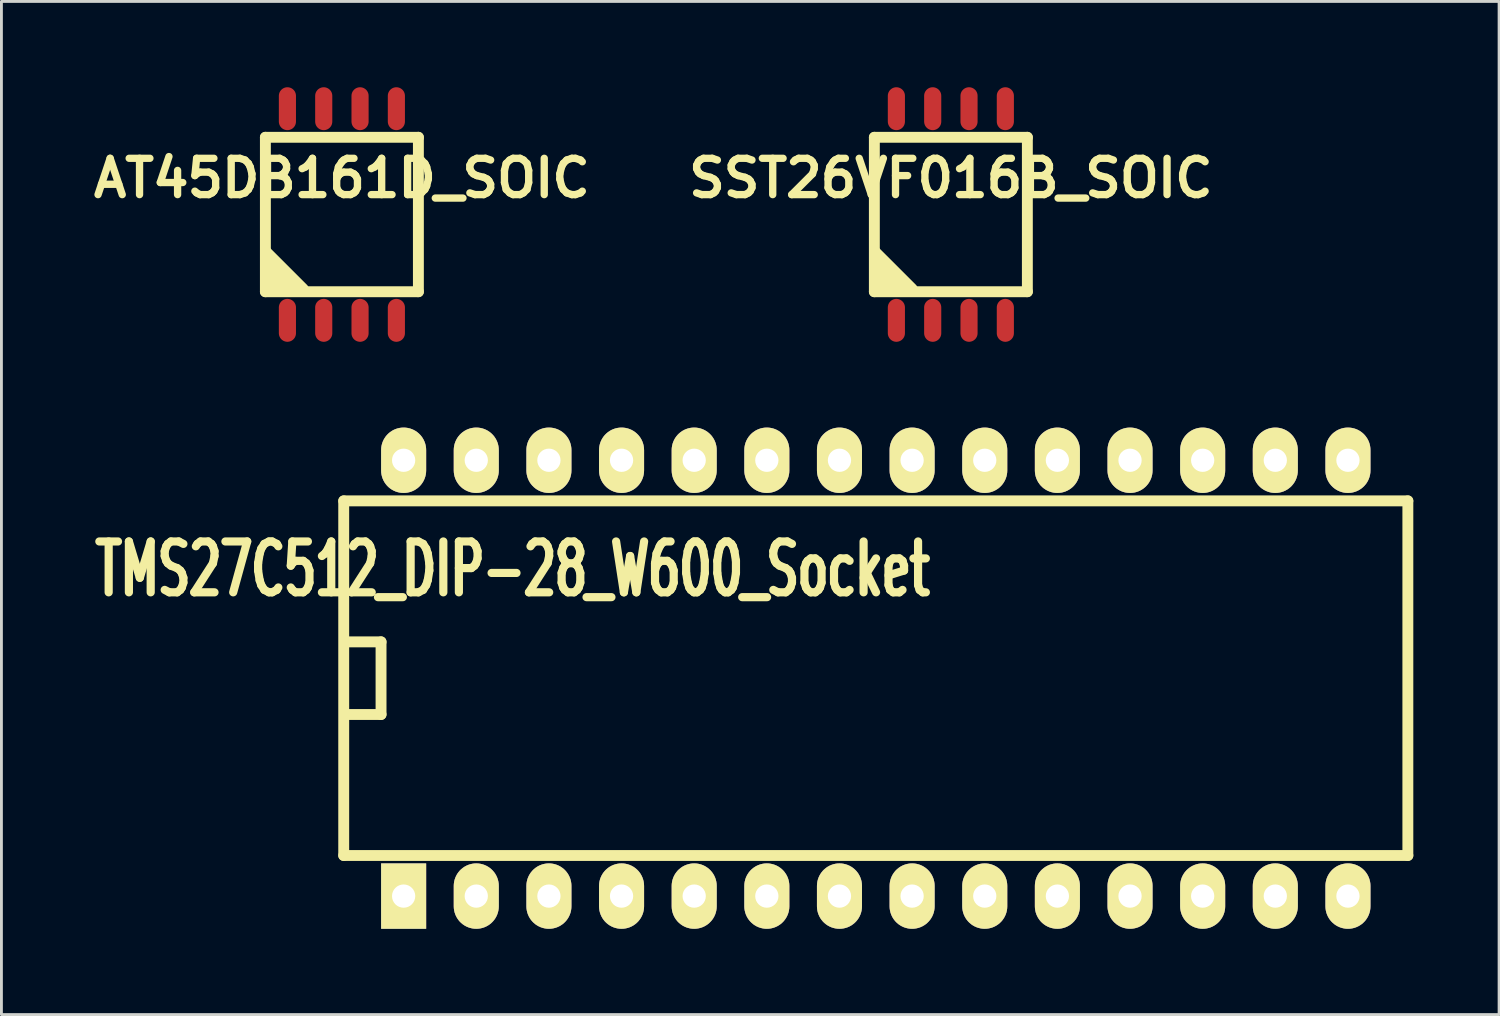
<source format=kicad_pcb>
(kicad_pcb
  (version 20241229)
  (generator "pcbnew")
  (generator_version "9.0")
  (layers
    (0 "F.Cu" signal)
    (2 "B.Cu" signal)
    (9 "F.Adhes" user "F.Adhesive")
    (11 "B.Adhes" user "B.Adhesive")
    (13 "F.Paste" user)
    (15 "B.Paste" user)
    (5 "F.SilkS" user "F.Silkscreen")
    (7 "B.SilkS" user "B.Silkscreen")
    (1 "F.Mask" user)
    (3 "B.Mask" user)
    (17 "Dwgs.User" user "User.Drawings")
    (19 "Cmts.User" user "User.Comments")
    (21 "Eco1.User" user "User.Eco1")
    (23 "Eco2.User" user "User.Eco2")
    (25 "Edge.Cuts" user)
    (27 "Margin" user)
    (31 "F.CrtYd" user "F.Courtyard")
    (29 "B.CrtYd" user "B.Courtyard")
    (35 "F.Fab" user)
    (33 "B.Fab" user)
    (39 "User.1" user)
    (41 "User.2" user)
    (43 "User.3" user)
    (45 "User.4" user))
  (footprint "AT45DB161D_SOIC"
    (layer "F.Cu")
    (at 8.905 4.451)
    (property "Reference" "AT45DB161D_SOIC" (at 0 -1.27 0) (layer "F.SilkS") (effects (font (size 1.27 1.27) (thickness 0.256))))
    (attr smd)
    (fp_line (start -2.675 -2.7) (end -2.675 2.7) (stroke (width 0.381) (type solid)) (layer "F.SilkS"))
    (fp_line (start -2.675 2.7) (end 2.675 2.7) (stroke (width 0.381) (type solid)) (layer "F.SilkS"))
    (fp_line (start -2.65 1.3) (end -1.35 2.6) (stroke (width 0.381) (type solid)) (layer "F.SilkS"))
    (fp_line (start -2.65 1.65) (end -1.65 2.65) (stroke (width 0.381) (type solid)) (layer "F.SilkS"))
    (fp_line (start -2.65 1.95) (end -1.95 2.65) (stroke (width 0.381) (type solid)) (layer "F.SilkS"))
    (fp_line (start -2.65 2.3) (end -2.3 2.65) (stroke (width 0.381) (type solid)) (layer "F.SilkS"))
    (fp_line (start 2.675 -2.7) (end -2.675 -2.7) (stroke (width 0.381) (type solid)) (layer "F.SilkS"))
    (fp_line (start 2.675 -2.7) (end 2.675 2.7) (stroke (width 0.381) (type solid)) (layer "F.SilkS"))
    (pad "1" smd oval (at -1.905 3.7) (size 0.599 1.501) (layers "F.Cu" "F.Mask" "F.Paste"))
    (pad "2" smd oval (at -0.635 3.7) (size 0.599 1.501) (layers "F.Cu" "F.Mask" "F.Paste"))
    (pad "3" smd oval (at 0.635 3.7) (size 0.599 1.501) (layers "F.Cu" "F.Mask" "F.Paste"))
    (pad "4" smd oval (at 1.905 3.7) (size 0.599 1.501) (layers "F.Cu" "F.Mask" "F.Paste"))
    (pad "5" smd oval (at 1.905 -3.7) (size 0.599 1.501) (layers "F.Cu" "F.Mask" "F.Paste"))
    (pad "6" smd oval (at 0.635 -3.7) (size 0.599 1.501) (layers "F.Cu" "F.Mask" "F.Paste"))
    (pad "7" smd oval (at -0.635 -3.7) (size 0.599 1.501) (layers "F.Cu" "F.Mask" "F.Paste"))
    (pad "8" smd oval (at -1.905 -3.7) (size 0.599 1.501) (layers "F.Cu" "F.Mask" "F.Paste")))
  (footprint "TMS27C512_DIP-28_W600_Socket"
    (layer "F.Cu")
    (at 27.574 20.664)
    (property "Reference" "TMS27C512_DIP-28_W600_Socket" (at -12.7 -3.81 0) (layer "F.SilkS") (effects (font (size 1.778 1.143) (thickness 0.305))))
    (attr through_hole)
    (fp_line (start -18.605 -6.2) (end -18.605 6.2) (stroke (width 0.381) (type solid)) (layer "F.SilkS"))
    (fp_line (start -18.605 6.2) (end 18.605 6.2) (stroke (width 0.381) (type solid)) (layer "F.SilkS"))
    (fp_line (start -18.57 -1.27) (end -18.57 -1.27) (stroke (width 0.381) (type solid)) (layer "F.SilkS"))
    (fp_line (start -18.57 -1.27) (end -17.3 -1.27) (stroke (width 0.381) (type solid)) (layer "F.SilkS"))
    (fp_line (start -17.3 -1.27) (end -17.3 1.27) (stroke (width 0.381) (type solid)) (layer "F.SilkS"))
    (fp_line (start -17.3 1.27) (end -18.57 1.27) (stroke (width 0.381) (type solid)) (layer "F.SilkS"))
    (fp_line (start 18.605 -6.2) (end -18.605 -6.2) (stroke (width 0.381) (type solid)) (layer "F.SilkS"))
    (fp_line (start 18.605 6.2) (end 18.605 -6.2) (stroke (width 0.381) (type solid)) (layer "F.SilkS"))
    (pad "1" thru_hole rect (at -16.51 7.62) (size 1.575 2.286) (drill 0.813) (layers "*.Cu" "*.Mask" "F.SilkS"))
    (pad "2" thru_hole oval (at -13.97 7.62) (size 1.575 2.286) (drill 0.813) (layers "*.Cu" "*.Mask" "F.SilkS"))
    (pad "3" thru_hole oval (at -11.43 7.62) (size 1.575 2.286) (drill 0.813) (layers "*.Cu" "*.Mask" "F.SilkS"))
    (pad "4" thru_hole oval (at -8.89 7.62) (size 1.575 2.286) (drill 0.813) (layers "*.Cu" "*.Mask" "F.SilkS"))
    (pad "5" thru_hole oval (at -6.35 7.62) (size 1.575 2.286) (drill 0.813) (layers "*.Cu" "*.Mask" "F.SilkS"))
    (pad "6" thru_hole oval (at -3.81 7.62) (size 1.575 2.286) (drill 0.813) (layers "*.Cu" "*.Mask" "F.SilkS"))
    (pad "7" thru_hole oval (at -1.27 7.62) (size 1.575 2.286) (drill 0.813) (layers "*.Cu" "*.Mask" "F.SilkS"))
    (pad "8" thru_hole oval (at 1.27 7.62) (size 1.575 2.286) (drill 0.813) (layers "*.Cu" "*.Mask" "F.SilkS"))
    (pad "9" thru_hole oval (at 3.81 7.62) (size 1.575 2.286) (drill 0.813) (layers "*.Cu" "*.Mask" "F.SilkS"))
    (pad "10" thru_hole oval (at 6.35 7.62) (size 1.575 2.286) (drill 0.813) (layers "*.Cu" "*.Mask" "F.SilkS"))
    (pad "11" thru_hole oval (at 8.89 7.62) (size 1.575 2.286) (drill 0.813) (layers "*.Cu" "*.Mask" "F.SilkS"))
    (pad "12" thru_hole oval (at 11.43 7.62) (size 1.575 2.286) (drill 0.813) (layers "*.Cu" "*.Mask" "F.SilkS"))
    (pad "13" thru_hole oval (at 13.97 7.62) (size 1.575 2.286) (drill 0.813) (layers "*.Cu" "*.Mask" "F.SilkS"))
    (pad "14" thru_hole oval (at 16.51 7.62) (size 1.575 2.286) (drill 0.813) (layers "*.Cu" "*.Mask" "F.SilkS"))
    (pad "15" thru_hole oval (at 16.51 -7.62) (size 1.575 2.286) (drill 0.813) (layers "*.Cu" "*.Mask" "F.SilkS"))
    (pad "16" thru_hole oval (at 13.97 -7.62) (size 1.575 2.286) (drill 0.813) (layers "*.Cu" "*.Mask" "F.SilkS"))
    (pad "17" thru_hole oval (at 11.43 -7.62) (size 1.575 2.286) (drill 0.813) (layers "*.Cu" "*.Mask" "F.SilkS"))
    (pad "18" thru_hole oval (at 8.89 -7.62) (size 1.575 2.286) (drill 0.813) (layers "*.Cu" "*.Mask" "F.SilkS"))
    (pad "19" thru_hole oval (at 6.35 -7.62) (size 1.575 2.286) (drill 0.813) (layers "*.Cu" "*.Mask" "F.SilkS"))
    (pad "20" thru_hole oval (at 3.81 -7.62) (size 1.575 2.286) (drill 0.813) (layers "*.Cu" "*.Mask" "F.SilkS"))
    (pad "21" thru_hole oval (at 1.27 -7.62) (size 1.575 2.286) (drill 0.813) (layers "*.Cu" "*.Mask" "F.SilkS"))
    (pad "22" thru_hole oval (at -1.27 -7.62) (size 1.575 2.286) (drill 0.813) (layers "*.Cu" "*.Mask" "F.SilkS"))
    (pad "23" thru_hole oval (at -3.81 -7.62) (size 1.575 2.286) (drill 0.813) (layers "*.Cu" "*.Mask" "F.SilkS"))
    (pad "24" thru_hole oval (at -6.35 -7.62) (size 1.575 2.286) (drill 0.813) (layers "*.Cu" "*.Mask" "F.SilkS"))
    (pad "25" thru_hole oval (at -8.89 -7.62) (size 1.575 2.286) (drill 0.813) (layers "*.Cu" "*.Mask" "F.SilkS"))
    (pad "26" thru_hole oval (at -11.43 -7.62) (size 1.575 2.286) (drill 0.813) (layers "*.Cu" "*.Mask" "F.SilkS"))
    (pad "27" thru_hole oval (at -13.97 -7.62) (size 1.575 2.286) (drill 0.813) (layers "*.Cu" "*.Mask" "F.SilkS"))
    (pad "28" thru_hole oval (at -16.51 -7.62) (size 1.575 2.286) (drill 0.813) (layers "*.Cu" "*.Mask" "F.SilkS")))
  (footprint "SST26VF016B_SOIC"
    (layer "F.Cu")
    (at 30.199 4.451)
    (property "Reference" "SST26VF016B_SOIC" (at 0 -1.27 0) (layer "F.SilkS") (effects (font (size 1.27 1.27) (thickness 0.256))))
    (attr smd)
    (fp_line (start -2.675 -2.7) (end -2.675 2.7) (stroke (width 0.381) (type solid)) (layer "F.SilkS"))
    (fp_line (start -2.675 2.7) (end 2.675 2.7) (stroke (width 0.381) (type solid)) (layer "F.SilkS"))
    (fp_line (start -2.65 1.3) (end -1.35 2.6) (stroke (width 0.381) (type solid)) (layer "F.SilkS"))
    (fp_line (start -2.65 1.65) (end -1.65 2.65) (stroke (width 0.381) (type solid)) (layer "F.SilkS"))
    (fp_line (start -2.65 1.95) (end -1.95 2.65) (stroke (width 0.381) (type solid)) (layer "F.SilkS"))
    (fp_line (start -2.65 2.3) (end -2.3 2.65) (stroke (width 0.381) (type solid)) (layer "F.SilkS"))
    (fp_line (start 2.675 -2.7) (end -2.675 -2.7) (stroke (width 0.381) (type solid)) (layer "F.SilkS"))
    (fp_line (start 2.675 -2.7) (end 2.675 2.7) (stroke (width 0.381) (type solid)) (layer "F.SilkS"))
    (pad "1" smd oval (at -1.905 3.7) (size 0.599 1.501) (layers "F.Cu" "F.Mask" "F.Paste"))
    (pad "2" smd oval (at -0.635 3.7) (size 0.599 1.501) (layers "F.Cu" "F.Mask" "F.Paste"))
    (pad "3" smd oval (at 0.635 3.7) (size 0.599 1.501) (layers "F.Cu" "F.Mask" "F.Paste"))
    (pad "4" smd oval (at 1.905 3.7) (size 0.599 1.501) (layers "F.Cu" "F.Mask" "F.Paste"))
    (pad "5" smd oval (at 1.905 -3.7) (size 0.599 1.501) (layers "F.Cu" "F.Mask" "F.Paste"))
    (pad "6" smd oval (at 0.635 -3.7) (size 0.599 1.501) (layers "F.Cu" "F.Mask" "F.Paste"))
    (pad "7" smd oval (at -0.635 -3.7) (size 0.599 1.501) (layers "F.Cu" "F.Mask" "F.Paste"))
    (pad "8" smd oval (at -1.905 -3.7) (size 0.599 1.501) (layers "F.Cu" "F.Mask" "F.Paste")))
  (gr_rect
    (start -3 -3)
    (end 49.369 32.427)
    (stroke (width 0.1) (type default))
    (fill no)
    (layer "Edge.Cuts")))
</source>
